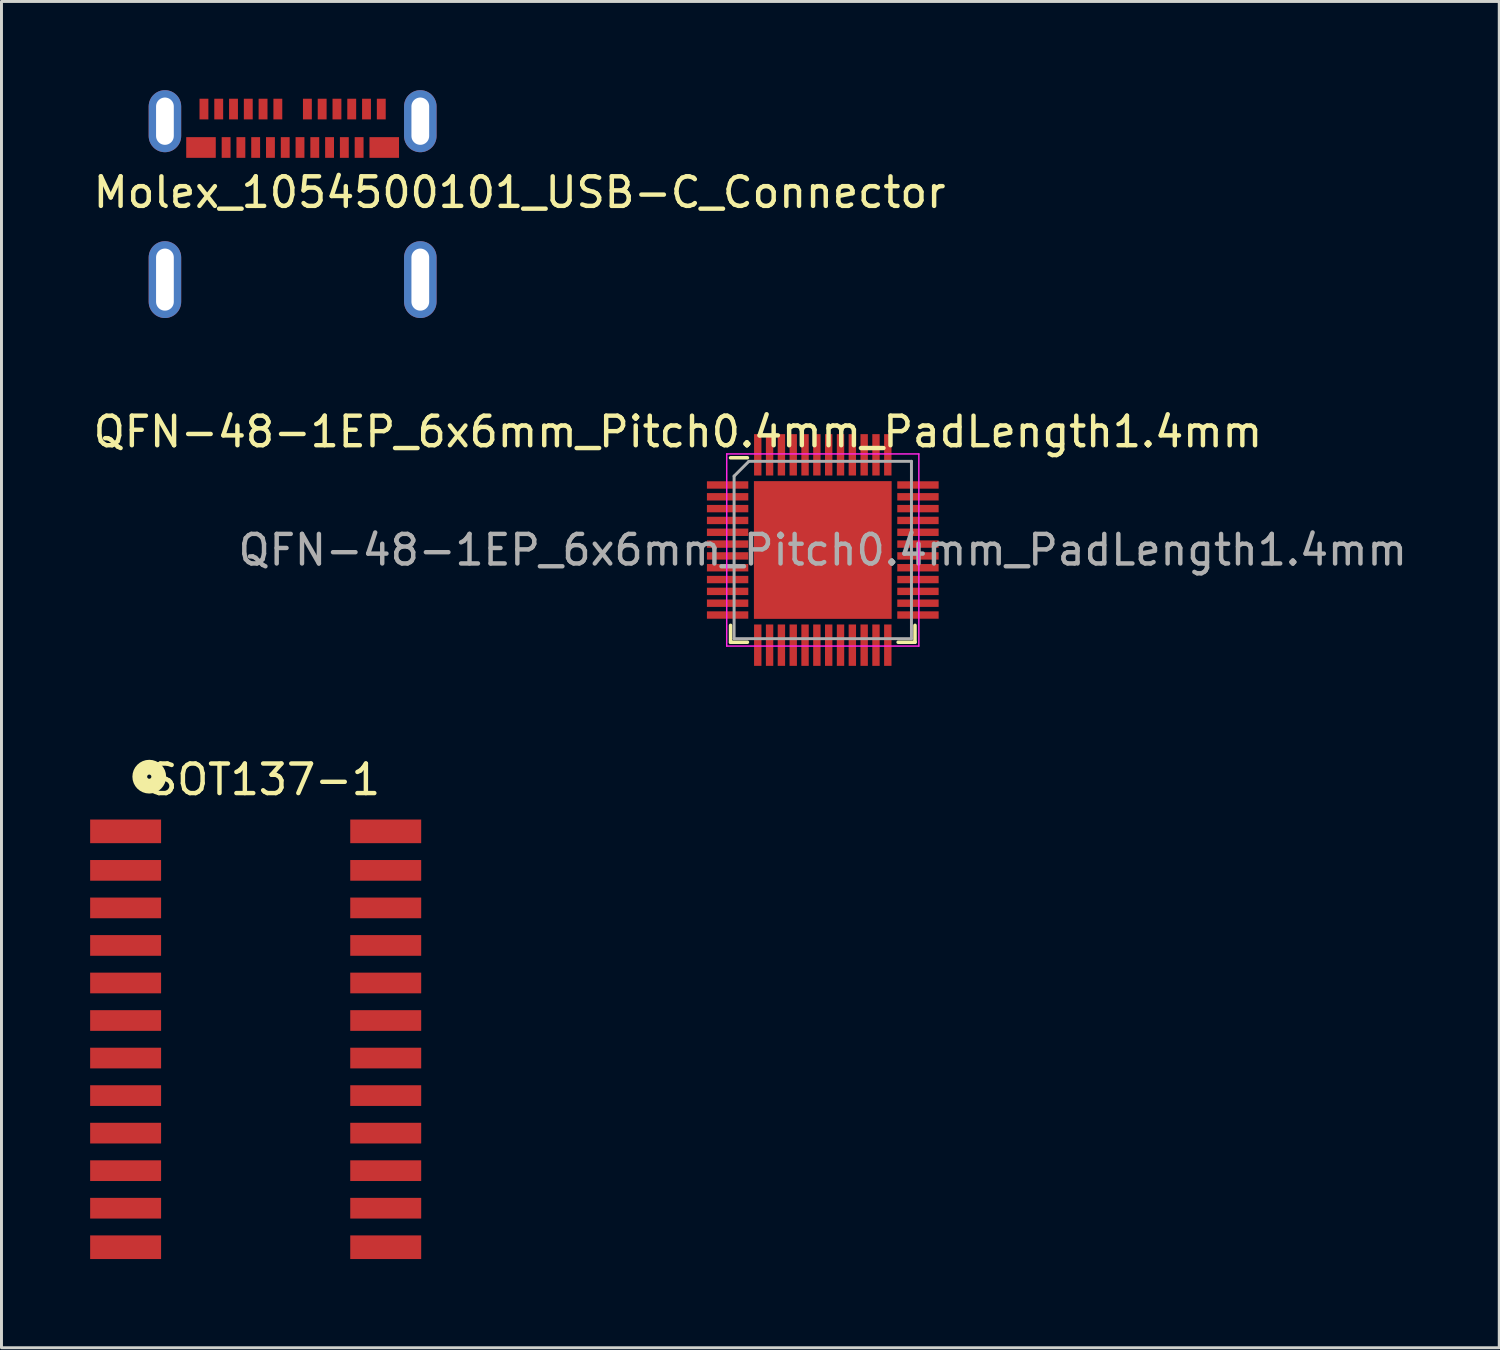
<source format=kicad_pcb>
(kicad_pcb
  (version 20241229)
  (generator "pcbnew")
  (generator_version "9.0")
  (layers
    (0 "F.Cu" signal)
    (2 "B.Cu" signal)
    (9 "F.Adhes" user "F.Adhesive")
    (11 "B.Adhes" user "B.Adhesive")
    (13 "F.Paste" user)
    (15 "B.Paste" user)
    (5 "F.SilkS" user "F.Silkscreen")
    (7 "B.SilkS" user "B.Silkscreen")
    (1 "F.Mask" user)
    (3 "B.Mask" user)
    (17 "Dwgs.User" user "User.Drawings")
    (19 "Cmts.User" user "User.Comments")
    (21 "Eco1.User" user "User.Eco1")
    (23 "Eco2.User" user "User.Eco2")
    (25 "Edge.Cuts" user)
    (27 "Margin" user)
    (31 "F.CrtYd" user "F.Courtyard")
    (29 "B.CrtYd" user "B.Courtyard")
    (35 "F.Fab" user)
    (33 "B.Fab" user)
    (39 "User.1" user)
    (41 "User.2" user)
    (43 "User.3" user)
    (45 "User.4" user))
  (footprint "QFN-48-1EP_6x6mm_Pitch0.4mm_PadLength1.4mm"
    (layer "F.Cu")
    (at 24.787 15.558)
    (property "Reference" "QFN-48-1EP_6x6mm_Pitch0.4mm_PadLength1.4mm" (at -4.9 -4 0) (layer "F.SilkS") (effects (font (size 1 1) (thickness 0.15))))
    (attr smd)
    (fp_line (start -3.12 -3.12) (end -2.55 -3.12) (stroke (width 0.12) (type solid)) (layer "F.SilkS"))
    (fp_line (start -3.12 3.12) (end -3.12 2.55) (stroke (width 0.12) (type solid)) (layer "F.SilkS"))
    (fp_line (start -2.55 3.12) (end -3.12 3.12) (stroke (width 0.12) (type solid)) (layer "F.SilkS"))
    (fp_line (start 2.55 3.12) (end 3.12 3.12) (stroke (width 0.12) (type solid)) (layer "F.SilkS"))
    (fp_line (start 3.12 3.12) (end 3.12 2.55) (stroke (width 0.12) (type solid)) (layer "F.SilkS"))
    (fp_line (start -3.25 -3.25) (end -3.25 3.25) (stroke (width 0.05) (type solid)) (layer "F.CrtYd"))
    (fp_line (start -3.25 3.25) (end 3.25 3.25) (stroke (width 0.05) (type solid)) (layer "F.CrtYd"))
    (fp_line (start 3.25 -3.25) (end -3.25 -3.25) (stroke (width 0.05) (type solid)) (layer "F.CrtYd"))
    (fp_line (start 3.25 3.25) (end 3.25 -3.25) (stroke (width 0.05) (type solid)) (layer "F.CrtYd"))
    (fp_line (start -3 3) (end -3 -2.5) (stroke (width 0.1) (type solid)) (layer "F.Fab"))
    (fp_line (start -2.5 -3) (end -3 -2.5) (stroke (width 0.1) (type solid)) (layer "F.Fab"))
    (fp_line (start 3 -3) (end -2.5 -3) (stroke (width 0.1) (type solid)) (layer "F.Fab"))
    (fp_line (start 3 -3) (end 3 3) (stroke (width 0.1) (type solid)) (layer "F.Fab"))
    (fp_line (start 3 3) (end -3 3) (stroke (width 0.1) (type solid)) (layer "F.Fab"))
    (fp_text user "${REFERENCE}" (at 0 0 0) (layer "F.Fab") (effects (font (size 1 1) (thickness 0.15))))
    (pad "" smd rect (at -1.725 -1.725) (size 0.9 0.9) (layers "F.Paste"))
    (pad "" smd rect (at -1.725 -0.575) (size 0.9 0.9) (layers "F.Paste"))
    (pad "" smd rect (at -1.725 0.575) (size 0.9 0.9) (layers "F.Paste"))
    (pad "" smd rect (at -1.725 1.725) (size 0.9 0.9) (layers "F.Paste"))
    (pad "" smd rect (at -0.575 -1.725) (size 0.9 0.9) (layers "F.Paste"))
    (pad "" smd rect (at -0.575 -0.575) (size 0.9 0.9) (layers "F.Paste"))
    (pad "" smd rect (at -0.575 0.575) (size 0.9 0.9) (layers "F.Paste"))
    (pad "" smd rect (at -0.575 1.725) (size 0.9 0.9) (layers "F.Paste"))
    (pad "" smd rect (at 0.575 -1.725) (size 0.9 0.9) (layers "F.Paste"))
    (pad "" smd rect (at 0.575 -0.575) (size 0.9 0.9) (layers "F.Paste"))
    (pad "" smd rect (at 0.575 0.575) (size 0.9 0.9) (layers "F.Paste"))
    (pad "" smd rect (at 0.575 1.725) (size 0.9 0.9) (layers "F.Paste"))
    (pad "" smd rect (at 1.725 -1.725) (size 0.9 0.9) (layers "F.Paste"))
    (pad "" smd rect (at 1.725 -0.575) (size 0.9 0.9) (layers "F.Paste"))
    (pad "" smd rect (at 1.725 0.575) (size 0.9 0.9) (layers "F.Paste"))
    (pad "" smd rect (at 1.725 1.725) (size 0.9 0.9) (layers "F.Paste"))
    (pad "1" smd rect (at -2.86 -2.2) (size 1.4 0.25) (drill (offset -0.36 0)) (layers "F.Cu" "F.Mask" "F.Paste"))
    (pad "2" smd rect (at -2.86 -1.8) (size 1.4 0.25) (drill (offset -0.36 0)) (layers "F.Cu" "F.Mask" "F.Paste"))
    (pad "3" smd rect (at -2.86 -1.4) (size 1.4 0.25) (drill (offset -0.36 0)) (layers "F.Cu" "F.Mask" "F.Paste"))
    (pad "4" smd rect (at -2.86 -1) (size 1.4 0.25) (drill (offset -0.36 0)) (layers "F.Cu" "F.Mask" "F.Paste"))
    (pad "5" smd rect (at -2.86 -0.6) (size 1.4 0.25) (drill (offset -0.36 0)) (layers "F.Cu" "F.Mask" "F.Paste"))
    (pad "6" smd rect (at -2.86 -0.2) (size 1.4 0.25) (drill (offset -0.36 0)) (layers "F.Cu" "F.Mask" "F.Paste"))
    (pad "7" smd rect (at -2.86 0.2) (size 1.4 0.25) (drill (offset -0.36 0)) (layers "F.Cu" "F.Mask" "F.Paste"))
    (pad "8" smd rect (at -2.86 0.6) (size 1.4 0.25) (drill (offset -0.36 0)) (layers "F.Cu" "F.Mask" "F.Paste"))
    (pad "9" smd rect (at -2.86 1) (size 1.4 0.25) (drill (offset -0.36 0)) (layers "F.Cu" "F.Mask" "F.Paste"))
    (pad "10" smd rect (at -2.86 1.4) (size 1.4 0.25) (drill (offset -0.36 0)) (layers "F.Cu" "F.Mask" "F.Paste"))
    (pad "11" smd rect (at -2.86 1.8) (size 1.4 0.25) (drill (offset -0.36 0)) (layers "F.Cu" "F.Mask" "F.Paste"))
    (pad "12" smd rect (at -2.86 2.2) (size 1.4 0.25) (drill (offset -0.36 0)) (layers "F.Cu" "F.Mask" "F.Paste"))
    (pad "13" smd rect (at -2.2 2.86) (size 0.25 1.4) (drill (offset 0 0.36)) (layers "F.Cu" "F.Mask" "F.Paste"))
    (pad "14" smd rect (at -1.8 2.86) (size 0.25 1.4) (drill (offset 0 0.36)) (layers "F.Cu" "F.Mask" "F.Paste"))
    (pad "15" smd rect (at -1.4 2.86) (size 0.25 1.4) (drill (offset 0 0.36)) (layers "F.Cu" "F.Mask" "F.Paste"))
    (pad "16" smd rect (at -1 2.86) (size 0.25 1.4) (drill (offset 0 0.36)) (layers "F.Cu" "F.Mask" "F.Paste"))
    (pad "17" smd rect (at -0.6 2.86) (size 0.25 1.4) (drill (offset 0 0.36)) (layers "F.Cu" "F.Mask" "F.Paste"))
    (pad "18" smd rect (at -0.2 2.86) (size 0.25 1.4) (drill (offset 0 0.36)) (layers "F.Cu" "F.Mask" "F.Paste"))
    (pad "19" smd rect (at 0.2 2.86) (size 0.25 1.4) (drill (offset 0 0.36)) (layers "F.Cu" "F.Mask" "F.Paste"))
    (pad "20" smd rect (at 0.6 2.86) (size 0.25 1.4) (drill (offset 0 0.36)) (layers "F.Cu" "F.Mask" "F.Paste"))
    (pad "21" smd rect (at 1 2.86) (size 0.25 1.4) (drill (offset 0 0.36)) (layers "F.Cu" "F.Mask" "F.Paste"))
    (pad "22" smd rect (at 1.4 2.86) (size 0.25 1.4) (drill (offset 0 0.36)) (layers "F.Cu" "F.Mask" "F.Paste"))
    (pad "23" smd rect (at 1.8 2.86) (size 0.25 1.4) (drill (offset 0 0.36)) (layers "F.Cu" "F.Mask" "F.Paste"))
    (pad "24" smd rect (at 2.2 2.86) (size 0.25 1.4) (drill (offset 0 0.36)) (layers "F.Cu" "F.Mask" "F.Paste"))
    (pad "25" smd rect (at 2.86 2.2) (size 1.4 0.25) (drill (offset 0.36 0)) (layers "F.Cu" "F.Mask" "F.Paste"))
    (pad "26" smd rect (at 2.86 1.8) (size 1.4 0.25) (drill (offset 0.36 0)) (layers "F.Cu" "F.Mask" "F.Paste"))
    (pad "27" smd rect (at 2.86 1.4) (size 1.4 0.25) (drill (offset 0.36 0)) (layers "F.Cu" "F.Mask" "F.Paste"))
    (pad "28" smd rect (at 2.86 1) (size 1.4 0.25) (drill (offset 0.36 0)) (layers "F.Cu" "F.Mask" "F.Paste"))
    (pad "29" smd rect (at 2.86 0.6) (size 1.4 0.25) (drill (offset 0.36 0)) (layers "F.Cu" "F.Mask" "F.Paste"))
    (pad "30" smd rect (at 2.86 0.2) (size 1.4 0.25) (drill (offset 0.36 0)) (layers "F.Cu" "F.Mask" "F.Paste"))
    (pad "31" smd rect (at 2.86 -0.2) (size 1.4 0.25) (drill (offset 0.36 0)) (layers "F.Cu" "F.Mask" "F.Paste"))
    (pad "32" smd rect (at 2.86 -0.6) (size 1.4 0.25) (drill (offset 0.36 0)) (layers "F.Cu" "F.Mask" "F.Paste"))
    (pad "33" smd rect (at 2.86 -1) (size 1.4 0.25) (drill (offset 0.36 0)) (layers "F.Cu" "F.Mask" "F.Paste"))
    (pad "34" smd rect (at 2.86 -1.4) (size 1.4 0.25) (drill (offset 0.36 0)) (layers "F.Cu" "F.Mask" "F.Paste"))
    (pad "35" smd rect (at 2.86 -1.8) (size 1.4 0.25) (drill (offset 0.36 0)) (layers "F.Cu" "F.Mask" "F.Paste"))
    (pad "36" smd rect (at 2.86 -2.2) (size 1.4 0.25) (drill (offset 0.36 0)) (layers "F.Cu" "F.Mask" "F.Paste"))
    (pad "37" smd rect (at 2.2 -2.86) (size 0.25 1.4) (drill (offset 0 -0.36)) (layers "F.Cu" "F.Mask" "F.Paste"))
    (pad "38" smd rect (at 1.8 -2.86) (size 0.25 1.4) (drill (offset 0 -0.36)) (layers "F.Cu" "F.Mask" "F.Paste"))
    (pad "39" smd rect (at 1.4 -2.86) (size 0.25 1.4) (drill (offset 0 -0.36)) (layers "F.Cu" "F.Mask" "F.Paste"))
    (pad "40" smd rect (at 1 -2.86) (size 0.25 1.4) (drill (offset 0 -0.36)) (layers "F.Cu" "F.Mask" "F.Paste"))
    (pad "41" smd rect (at 0.6 -2.86) (size 0.25 1.4) (drill (offset 0 -0.36)) (layers "F.Cu" "F.Mask" "F.Paste"))
    (pad "42" smd rect (at 0.2 -2.86) (size 0.25 1.4) (drill (offset 0 -0.36)) (layers "F.Cu" "F.Mask" "F.Paste"))
    (pad "43" smd rect (at -0.2 -2.86) (size 0.25 1.4) (drill (offset 0 -0.36)) (layers "F.Cu" "F.Mask" "F.Paste"))
    (pad "44" smd rect (at -0.6 -2.86) (size 0.25 1.4) (drill (offset 0 -0.36)) (layers "F.Cu" "F.Mask" "F.Paste"))
    (pad "45" smd rect (at -1 -2.86) (size 0.25 1.4) (drill (offset 0 -0.36)) (layers "F.Cu" "F.Mask" "F.Paste"))
    (pad "46" smd rect (at -1.4 -2.86) (size 0.25 1.4) (drill (offset 0 -0.36)) (layers "F.Cu" "F.Mask" "F.Paste"))
    (pad "47" smd rect (at -1.8 -2.86) (size 0.25 1.4) (drill (offset 0 -0.36)) (layers "F.Cu" "F.Mask" "F.Paste"))
    (pad "48" smd rect (at -2.2 -2.86) (size 0.25 1.4) (drill (offset 0 -0.36)) (layers "F.Cu" "F.Mask" "F.Paste"))
    (pad "49" smd rect (at 0 0) (size 4.66 4.66) (layers "F.Cu" "F.Mask")))
  (footprint "SOT137-1"
    (layer "F.Cu")
    (at 5.9 32.127)
    (property "Reference" "SOT137-1" (at 0 -8.8 0) (layer "F.SilkS") (effects (font (size 1 1) (thickness 0.15))))
    (attr through_hole)
    (fp_circle (center -3.9 -8.9) (end -3.95 -8.95) (stroke (width 0.5) (type solid)) (fill no) (layer "F.SilkS"))
    (pad "1" smd rect (at -4.7 -7.05) (size 2.4 0.8) (layers "F.Cu" "F.Mask" "F.Paste"))
    (pad "2" smd rect (at -4.7 -5.73) (size 2.4 0.7) (layers "F.Cu" "F.Mask" "F.Paste"))
    (pad "3" smd rect (at -4.7 -4.46) (size 2.4 0.7) (layers "F.Cu" "F.Mask" "F.Paste"))
    (pad "4" smd rect (at -4.7 -3.19) (size 2.4 0.7) (layers "F.Cu" "F.Mask" "F.Paste"))
    (pad "5" smd rect (at -4.7 -1.92) (size 2.4 0.7) (layers "F.Cu" "F.Mask" "F.Paste"))
    (pad "6" smd rect (at -4.7 -0.65) (size 2.4 0.7) (layers "F.Cu" "F.Mask" "F.Paste"))
    (pad "7" smd rect (at -4.7 0.62) (size 2.4 0.7) (layers "F.Cu" "F.Mask" "F.Paste"))
    (pad "8" smd rect (at -4.7 1.89) (size 2.4 0.7) (layers "F.Cu" "F.Mask" "F.Paste"))
    (pad "9" smd rect (at -4.7 3.16) (size 2.4 0.7) (layers "F.Cu" "F.Mask" "F.Paste"))
    (pad "10" smd rect (at -4.7 4.43) (size 2.4 0.7) (layers "F.Cu" "F.Mask" "F.Paste"))
    (pad "11" smd rect (at -4.7 5.7) (size 2.4 0.7) (layers "F.Cu" "F.Mask" "F.Paste"))
    (pad "12" smd rect (at -4.7 7.02) (size 2.4 0.8) (layers "F.Cu" "F.Mask" "F.Paste"))
    (pad "13" smd rect (at 4.1 7.02) (size 2.4 0.8) (layers "F.Cu" "F.Mask" "F.Paste"))
    (pad "14" smd rect (at 4.1 5.7) (size 2.4 0.7) (layers "F.Cu" "F.Mask" "F.Paste"))
    (pad "15" smd rect (at 4.1 4.43) (size 2.4 0.7) (layers "F.Cu" "F.Mask" "F.Paste"))
    (pad "16" smd rect (at 4.1 3.16) (size 2.4 0.7) (layers "F.Cu" "F.Mask" "F.Paste"))
    (pad "17" smd rect (at 4.1 1.89) (size 2.4 0.7) (layers "F.Cu" "F.Mask" "F.Paste"))
    (pad "18" smd rect (at 4.1 0.62) (size 2.4 0.7) (layers "F.Cu" "F.Mask" "F.Paste"))
    (pad "19" smd rect (at 4.1 -0.65) (size 2.4 0.7) (layers "F.Cu" "F.Mask" "F.Paste"))
    (pad "20" smd rect (at 4.1 -1.92) (size 2.4 0.7) (layers "F.Cu" "F.Mask" "F.Paste"))
    (pad "21" smd rect (at 4.1 -3.19) (size 2.4 0.7) (layers "F.Cu" "F.Mask" "F.Paste"))
    (pad "22" smd rect (at 4.1 -4.46) (size 2.4 0.7) (layers "F.Cu" "F.Mask" "F.Paste"))
    (pad "23" smd rect (at 4.1 -5.73) (size 2.4 0.7) (layers "F.Cu" "F.Mask" "F.Paste"))
    (pad "24" smd rect (at 4.1 -7.05) (size 2.4 0.8) (layers "F.Cu" "F.Mask" "F.Paste")))
  (footprint "Molex_1054500101_USB-C_Connector"
    (layer "F.Cu")
    (at 2.53 6.41)
    (property "Reference" "Molex_1054500101_USB-C_Connector" (at 12 -2.95 0) (layer "F.SilkS") (effects (font (size 1 1) (thickness 0.15))))
    (attr through_hole)
    (pad "21" thru_hole oval (at 8.64 -5.36) (size 1.1 2.1) (drill oval 0.6 1.6) (layers "*.Cu" "*.Mask"))
    (pad "21" thru_hole oval (at 8.64 0) (size 1.1 2.6) (drill oval 0.6 2.1) (layers "*.Cu" "*.Mask"))
    (pad "22" thru_hole oval (at 0 -5.36) (size 1.1 2.1) (drill oval 0.6 1.6) (layers "*.Cu" "*.Mask"))
    (pad "22" thru_hole oval (at 0 0) (size 1.1 2.6) (drill oval 0.6 2.1) (layers "*.Cu" "*.Mask"))
    (pad "A1" smd rect (at 1.32 -5.77) (size 0.3 0.7) (layers "F.Cu" "F.Mask" "F.Paste"))
    (pad "A2" smd rect (at 1.82 -5.77) (size 0.3 0.7) (layers "F.Cu" "F.Mask" "F.Paste"))
    (pad "A3" smd rect (at 2.32 -5.77) (size 0.3 0.7) (layers "F.Cu" "F.Mask" "F.Paste"))
    (pad "A4" smd rect (at 2.82 -5.77) (size 0.3 0.7) (layers "F.Cu" "F.Mask" "F.Paste"))
    (pad "A5" smd rect (at 3.32 -5.77) (size 0.3 0.7) (layers "F.Cu" "F.Mask" "F.Paste"))
    (pad "A6" smd rect (at 3.82 -5.77) (size 0.3 0.7) (layers "F.Cu" "F.Mask" "F.Paste"))
    (pad "A7" smd rect (at 4.82 -5.77) (size 0.3 0.7) (layers "F.Cu" "F.Mask" "F.Paste"))
    (pad "A8" smd rect (at 5.32 -5.77) (size 0.3 0.7) (layers "F.Cu" "F.Mask" "F.Paste"))
    (pad "A9" smd rect (at 5.82 -5.77) (size 0.3 0.7) (layers "F.Cu" "F.Mask" "F.Paste"))
    (pad "A10" smd rect (at 6.32 -5.77) (size 0.3 0.7) (layers "F.Cu" "F.Mask" "F.Paste"))
    (pad "A11" smd rect (at 6.82 -5.77) (size 0.3 0.7) (layers "F.Cu" "F.Mask" "F.Paste"))
    (pad "A12" smd rect (at 7.32 -5.77) (size 0.3 0.7) (layers "F.Cu" "F.Mask" "F.Paste"))
    (pad "B1" smd rect (at 7.42 -4.47) (size 1 0.7) (layers "F.Cu" "F.Mask" "F.Paste"))
    (pad "B2" smd rect (at 6.57 -4.47) (size 0.3 0.7) (layers "F.Cu" "F.Mask" "F.Paste"))
    (pad "B3" smd rect (at 6.07 -4.47) (size 0.3 0.7) (layers "F.Cu" "F.Mask" "F.Paste"))
    (pad "B4" smd rect (at 5.57 -4.47) (size 0.3 0.7) (layers "F.Cu" "F.Mask" "F.Paste"))
    (pad "B5" smd rect (at 5.07 -4.47) (size 0.3 0.7) (layers "F.Cu" "F.Mask" "F.Paste"))
    (pad "B6" smd rect (at 4.57 -4.47) (size 0.3 0.7) (layers "F.Cu" "F.Mask" "F.Paste"))
    (pad "B7" smd rect (at 4.07 -4.47) (size 0.3 0.7) (layers "F.Cu" "F.Mask" "F.Paste"))
    (pad "B8" smd rect (at 3.57 -4.47) (size 0.3 0.7) (layers "F.Cu" "F.Mask" "F.Paste"))
    (pad "B9" smd rect (at 3.07 -4.47) (size 0.3 0.7) (layers "F.Cu" "F.Mask" "F.Paste"))
    (pad "B10" smd rect (at 2.57 -4.47) (size 0.3 0.7) (layers "F.Cu" "F.Mask" "F.Paste"))
    (pad "B11" smd rect (at 2.07 -4.47) (size 0.3 0.7) (layers "F.Cu" "F.Mask" "F.Paste"))
    (pad "B12" smd rect (at 1.22 -4.47) (size 1 0.7) (layers "F.Cu" "F.Mask" "F.Paste")))
  (gr_rect
    (start -3 -3)
    (end 47.674 42.547)
    (stroke (width 0.1) (type default))
    (fill no)
    (layer "Edge.Cuts")))
</source>
